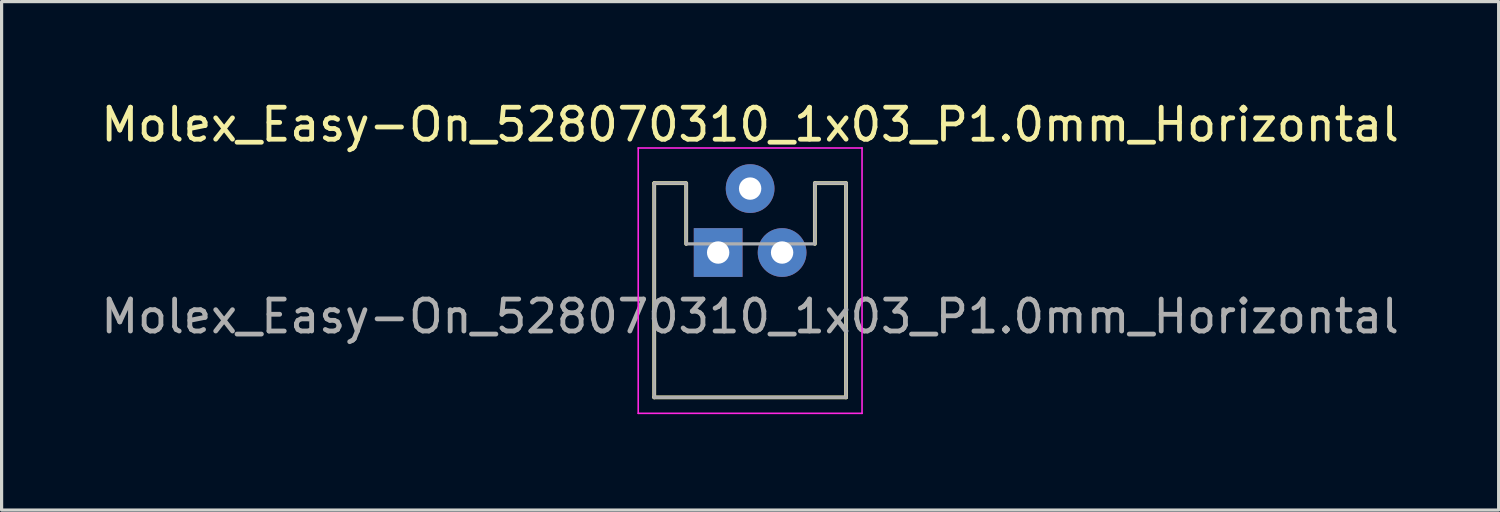
<source format=kicad_pcb>
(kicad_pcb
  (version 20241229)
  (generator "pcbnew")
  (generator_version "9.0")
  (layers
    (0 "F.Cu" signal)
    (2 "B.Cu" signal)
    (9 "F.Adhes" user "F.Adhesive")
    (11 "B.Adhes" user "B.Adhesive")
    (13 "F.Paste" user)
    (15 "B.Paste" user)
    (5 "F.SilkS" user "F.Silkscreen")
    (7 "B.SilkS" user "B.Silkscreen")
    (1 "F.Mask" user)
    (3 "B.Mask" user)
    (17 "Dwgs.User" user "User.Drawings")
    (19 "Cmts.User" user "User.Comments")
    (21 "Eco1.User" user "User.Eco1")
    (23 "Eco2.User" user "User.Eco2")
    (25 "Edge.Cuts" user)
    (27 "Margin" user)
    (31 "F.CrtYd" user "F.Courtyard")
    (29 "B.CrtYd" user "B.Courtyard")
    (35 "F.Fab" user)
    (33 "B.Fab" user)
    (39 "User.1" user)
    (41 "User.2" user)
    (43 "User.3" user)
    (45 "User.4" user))
  (footprint "Molex_Easy-On_528070310_1x03_P1.0mm_Horizontal"
    (layer "F.Cu")
    (at 19.411 4.848)
    (property "Reference" "Molex_Easy-On_528070310_1x03_P1.0mm_Horizontal" (at 1 -4 0) (layer "F.SilkS") (effects (font (size 1 1) (thickness 0.15))))
    (attr through_hole)
    (fp_line (start -2 -2.17) (end -1.025 -2.17) (stroke (width 0.12) (type solid)) (layer "F.SilkS"))
    (fp_line (start -2 4.53) (end -2 -2.17) (stroke (width 0.12) (type solid)) (layer "F.SilkS"))
    (fp_line (start -2 4.53) (end 4 4.53) (stroke (width 0.12) (type solid)) (layer "F.SilkS"))
    (fp_line (start -1 -2.17) (end -1 -0.27) (stroke (width 0.12) (type solid)) (layer "F.SilkS"))
    (fp_line (start 3.025 -2.17) (end 3.025 -0.27) (stroke (width 0.12) (type solid)) (layer "F.SilkS"))
    (fp_line (start 3.025 -2.17) (end 4 -2.17) (stroke (width 0.12) (type solid)) (layer "F.SilkS"))
    (fp_line (start 4 4.53) (end 4 -2.17) (stroke (width 0.12) (type solid)) (layer "F.SilkS"))
    (fp_line (start -2.5 5.03) (end -2.5 -3.27) (stroke (width 0.05) (type solid)) (layer "F.CrtYd"))
    (fp_line (start 4.5 -3.27) (end -2.5 -3.27) (stroke (width 0.05) (type solid)) (layer "F.CrtYd"))
    (fp_line (start 4.5 5.03) (end -2.5 5.03) (stroke (width 0.05) (type solid)) (layer "F.CrtYd"))
    (fp_line (start 4.5 5.03) (end 4.5 -3.27) (stroke (width 0.05) (type solid)) (layer "F.CrtYd"))
    (fp_line (start -2 -2.17) (end -1.025 -2.17) (stroke (width 0.1) (type solid)) (layer "F.Fab"))
    (fp_line (start -2 4.53) (end -2 -2.17) (stroke (width 0.1) (type solid)) (layer "F.Fab"))
    (fp_line (start -2 4.53) (end 4 4.53) (stroke (width 0.1) (type solid)) (layer "F.Fab"))
    (fp_line (start -1 -2.17) (end -1 -0.27) (stroke (width 0.1) (type solid)) (layer "F.Fab"))
    (fp_line (start 3 -0.27) (end -1 -0.27) (stroke (width 0.1) (type solid)) (layer "F.Fab"))
    (fp_line (start 3.025 -2.17) (end 3.025 -0.27) (stroke (width 0.1) (type solid)) (layer "F.Fab"))
    (fp_line (start 3.025 -2.17) (end 4 -2.17) (stroke (width 0.1) (type solid)) (layer "F.Fab"))
    (fp_line (start 4 4.53) (end 4 -2.17) (stroke (width 0.1) (type solid)) (layer "F.Fab"))
    (fp_text user "${REFERENCE}" (at 1 2 0) (layer "F.Fab") (effects (font (size 1 1) (thickness 0.15))))
    (pad "1" thru_hole rect (at 0 0) (size 1.524 1.524) (drill 0.7) (layers "*.Cu" "*.Mask"))
    (pad "2" thru_hole circle (at 1 -2) (size 1.524 1.524) (drill 0.7) (layers "*.Cu" "*.Mask"))
    (pad "3" thru_hole circle (at 2 0) (size 1.524 1.524) (drill 0.7) (layers "*.Cu" "*.Mask")))
  (gr_rect
    (start -3 -3)
    (end 43.821 12.903)
    (stroke (width 0.1) (type default))
    (fill no)
    (layer "Edge.Cuts")))
</source>
